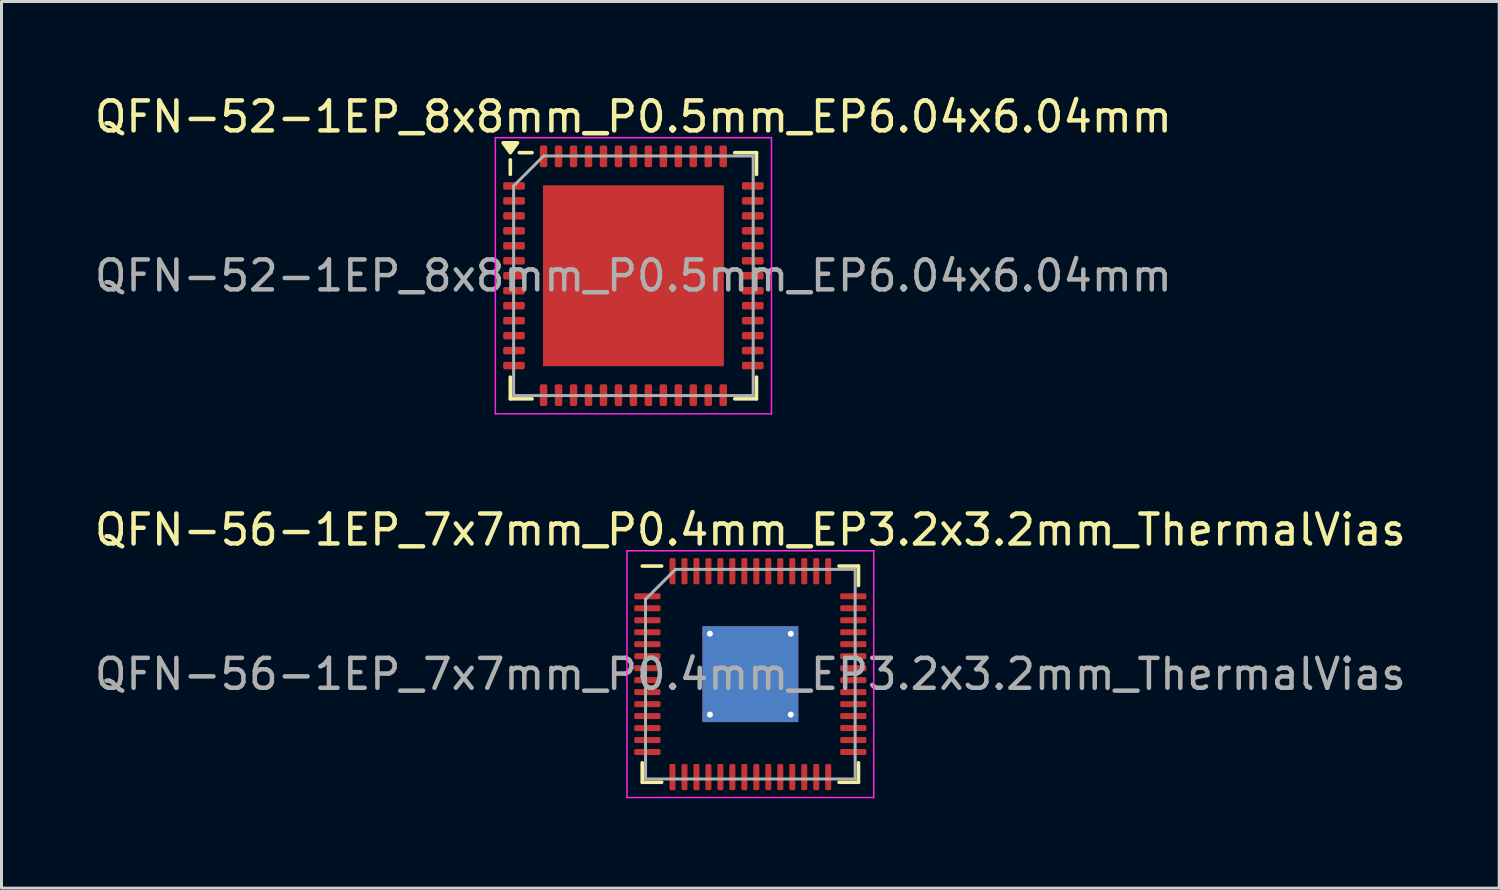
<source format=kicad_pcb>
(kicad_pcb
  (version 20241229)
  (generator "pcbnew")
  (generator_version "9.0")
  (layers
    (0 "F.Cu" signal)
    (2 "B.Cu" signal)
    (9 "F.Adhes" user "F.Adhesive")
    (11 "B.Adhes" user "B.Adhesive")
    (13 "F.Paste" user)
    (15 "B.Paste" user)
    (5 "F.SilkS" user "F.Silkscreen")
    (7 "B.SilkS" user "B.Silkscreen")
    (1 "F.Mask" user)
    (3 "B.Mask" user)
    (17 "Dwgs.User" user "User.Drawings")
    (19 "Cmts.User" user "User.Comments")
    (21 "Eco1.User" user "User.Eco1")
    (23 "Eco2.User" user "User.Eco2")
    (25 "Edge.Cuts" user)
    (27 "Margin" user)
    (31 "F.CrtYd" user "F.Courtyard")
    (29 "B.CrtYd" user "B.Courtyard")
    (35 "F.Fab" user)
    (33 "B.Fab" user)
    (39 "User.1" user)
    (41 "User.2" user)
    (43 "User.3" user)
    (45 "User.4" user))
  (footprint "QFN-56-1EP_7x7mm_P0.4mm_EP3.2x3.2mm_ThermalVias"
    (layer "F.Cu")
    (at 22.006 19.462)
    (property "Reference" "QFN-56-1EP_7x7mm_P0.4mm_EP3.2x3.2mm_ThermalVias" (at 0 -4.82 0) (layer "F.SilkS") (effects (font (size 1 1) (thickness 0.15))))
    (attr smd)
    (fp_line (start -3.61 3.61) (end -3.61 2.96) (stroke (width 0.12) (type solid)) (layer "F.SilkS"))
    (fp_line (start -2.96 -3.61) (end -3.61 -3.61) (stroke (width 0.12) (type solid)) (layer "F.SilkS"))
    (fp_line (start -2.96 3.61) (end -3.61 3.61) (stroke (width 0.12) (type solid)) (layer "F.SilkS"))
    (fp_line (start 2.96 -3.61) (end 3.61 -3.61) (stroke (width 0.12) (type solid)) (layer "F.SilkS"))
    (fp_line (start 2.96 3.61) (end 3.61 3.61) (stroke (width 0.12) (type solid)) (layer "F.SilkS"))
    (fp_line (start 3.61 -3.61) (end 3.61 -2.96) (stroke (width 0.12) (type solid)) (layer "F.SilkS"))
    (fp_line (start 3.61 3.61) (end 3.61 2.96) (stroke (width 0.12) (type solid)) (layer "F.SilkS"))
    (fp_line (start -4.12 -4.12) (end -4.12 4.12) (stroke (width 0.05) (type solid)) (layer "F.CrtYd"))
    (fp_line (start -4.12 4.12) (end 4.12 4.12) (stroke (width 0.05) (type solid)) (layer "F.CrtYd"))
    (fp_line (start 4.12 -4.12) (end -4.12 -4.12) (stroke (width 0.05) (type solid)) (layer "F.CrtYd"))
    (fp_line (start 4.12 4.12) (end 4.12 -4.12) (stroke (width 0.05) (type solid)) (layer "F.CrtYd"))
    (fp_line (start -3.5 -2.5) (end -2.5 -3.5) (stroke (width 0.1) (type solid)) (layer "F.Fab"))
    (fp_line (start -3.5 3.5) (end -3.5 -2.5) (stroke (width 0.1) (type solid)) (layer "F.Fab"))
    (fp_line (start -2.5 -3.5) (end 3.5 -3.5) (stroke (width 0.1) (type solid)) (layer "F.Fab"))
    (fp_line (start 3.5 -3.5) (end 3.5 3.5) (stroke (width 0.1) (type solid)) (layer "F.Fab"))
    (fp_line (start 3.5 3.5) (end -3.5 3.5) (stroke (width 0.1) (type solid)) (layer "F.Fab"))
    (fp_text user "${REFERENCE}" (at 0 0 0) (layer "F.Fab") (effects (font (size 1 1) (thickness 0.15))))
    (pad "" smd custom (at -0.675 -0.675) (size 1.118 1.118) (layers "F.Paste") (options (anchor circle)) (primitives (gr_poly (pts (xy -0.498 -0.397) (xy -0.397 -0.498) (xy 0.498 -0.498) (xy 0.498 0.498) (xy -0.498 0.498)) (width 0.244) (fill yes))))
    (pad "" smd custom (at -0.675 0.675) (size 1.118 1.118) (layers "F.Paste") (options (anchor circle)) (primitives (gr_poly (pts (xy -0.498 -0.498) (xy 0.498 -0.498) (xy 0.498 0.498) (xy -0.397 0.498) (xy -0.498 0.397)) (width 0.244) (fill yes))))
    (pad "" smd custom (at 0.675 -0.675) (size 1.118 1.118) (layers "F.Paste") (options (anchor circle)) (primitives (gr_poly (pts (xy -0.498 -0.498) (xy 0.397 -0.498) (xy 0.498 -0.397) (xy 0.498 0.498) (xy -0.498 0.498)) (width 0.244) (fill yes))))
    (pad "" smd custom (at 0.675 0.675) (size 1.118 1.118) (layers "F.Paste") (options (anchor circle)) (primitives (gr_poly (pts (xy -0.498 -0.498) (xy 0.498 -0.498) (xy 0.498 0.397) (xy 0.397 0.498) (xy -0.498 0.498)) (width 0.244) (fill yes))))
    (pad "1" smd roundrect (at -3.438 -2.6) (size 0.875 0.2) (layers "F.Cu" "F.Mask" "F.Paste") (roundrect_rratio 0.25))
    (pad "2" smd roundrect (at -3.438 -2.2) (size 0.875 0.2) (layers "F.Cu" "F.Mask" "F.Paste") (roundrect_rratio 0.25))
    (pad "3" smd roundrect (at -3.438 -1.8) (size 0.875 0.2) (layers "F.Cu" "F.Mask" "F.Paste") (roundrect_rratio 0.25))
    (pad "4" smd roundrect (at -3.438 -1.4) (size 0.875 0.2) (layers "F.Cu" "F.Mask" "F.Paste") (roundrect_rratio 0.25))
    (pad "5" smd roundrect (at -3.438 -1) (size 0.875 0.2) (layers "F.Cu" "F.Mask" "F.Paste") (roundrect_rratio 0.25))
    (pad "6" smd roundrect (at -3.438 -0.6) (size 0.875 0.2) (layers "F.Cu" "F.Mask" "F.Paste") (roundrect_rratio 0.25))
    (pad "7" smd roundrect (at -3.438 -0.2) (size 0.875 0.2) (layers "F.Cu" "F.Mask" "F.Paste") (roundrect_rratio 0.25))
    (pad "8" smd roundrect (at -3.438 0.2) (size 0.875 0.2) (layers "F.Cu" "F.Mask" "F.Paste") (roundrect_rratio 0.25))
    (pad "9" smd roundrect (at -3.438 0.6) (size 0.875 0.2) (layers "F.Cu" "F.Mask" "F.Paste") (roundrect_rratio 0.25))
    (pad "10" smd roundrect (at -3.438 1) (size 0.875 0.2) (layers "F.Cu" "F.Mask" "F.Paste") (roundrect_rratio 0.25))
    (pad "11" smd roundrect (at -3.438 1.4) (size 0.875 0.2) (layers "F.Cu" "F.Mask" "F.Paste") (roundrect_rratio 0.25))
    (pad "12" smd roundrect (at -3.438 1.8) (size 0.875 0.2) (layers "F.Cu" "F.Mask" "F.Paste") (roundrect_rratio 0.25))
    (pad "13" smd roundrect (at -3.438 2.2) (size 0.875 0.2) (layers "F.Cu" "F.Mask" "F.Paste") (roundrect_rratio 0.25))
    (pad "14" smd roundrect (at -3.438 2.6) (size 0.875 0.2) (layers "F.Cu" "F.Mask" "F.Paste") (roundrect_rratio 0.25))
    (pad "15" smd roundrect (at -2.6 3.438) (size 0.2 0.875) (layers "F.Cu" "F.Mask" "F.Paste") (roundrect_rratio 0.25))
    (pad "16" smd roundrect (at -2.2 3.438) (size 0.2 0.875) (layers "F.Cu" "F.Mask" "F.Paste") (roundrect_rratio 0.25))
    (pad "17" smd roundrect (at -1.8 3.438) (size 0.2 0.875) (layers "F.Cu" "F.Mask" "F.Paste") (roundrect_rratio 0.25))
    (pad "18" smd roundrect (at -1.4 3.438) (size 0.2 0.875) (layers "F.Cu" "F.Mask" "F.Paste") (roundrect_rratio 0.25))
    (pad "19" smd roundrect (at -1 3.438) (size 0.2 0.875) (layers "F.Cu" "F.Mask" "F.Paste") (roundrect_rratio 0.25))
    (pad "20" smd roundrect (at -0.6 3.438) (size 0.2 0.875) (layers "F.Cu" "F.Mask" "F.Paste") (roundrect_rratio 0.25))
    (pad "21" smd roundrect (at -0.2 3.438) (size 0.2 0.875) (layers "F.Cu" "F.Mask" "F.Paste") (roundrect_rratio 0.25))
    (pad "22" smd roundrect (at 0.2 3.438) (size 0.2 0.875) (layers "F.Cu" "F.Mask" "F.Paste") (roundrect_rratio 0.25))
    (pad "23" smd roundrect (at 0.6 3.438) (size 0.2 0.875) (layers "F.Cu" "F.Mask" "F.Paste") (roundrect_rratio 0.25))
    (pad "24" smd roundrect (at 1 3.438) (size 0.2 0.875) (layers "F.Cu" "F.Mask" "F.Paste") (roundrect_rratio 0.25))
    (pad "25" smd roundrect (at 1.4 3.438) (size 0.2 0.875) (layers "F.Cu" "F.Mask" "F.Paste") (roundrect_rratio 0.25))
    (pad "26" smd roundrect (at 1.8 3.438) (size 0.2 0.875) (layers "F.Cu" "F.Mask" "F.Paste") (roundrect_rratio 0.25))
    (pad "27" smd roundrect (at 2.2 3.438) (size 0.2 0.875) (layers "F.Cu" "F.Mask" "F.Paste") (roundrect_rratio 0.25))
    (pad "28" smd roundrect (at 2.6 3.438) (size 0.2 0.875) (layers "F.Cu" "F.Mask" "F.Paste") (roundrect_rratio 0.25))
    (pad "29" smd roundrect (at 3.438 2.6) (size 0.875 0.2) (layers "F.Cu" "F.Mask" "F.Paste") (roundrect_rratio 0.25))
    (pad "30" smd roundrect (at 3.438 2.2) (size 0.875 0.2) (layers "F.Cu" "F.Mask" "F.Paste") (roundrect_rratio 0.25))
    (pad "31" smd roundrect (at 3.438 1.8) (size 0.875 0.2) (layers "F.Cu" "F.Mask" "F.Paste") (roundrect_rratio 0.25))
    (pad "32" smd roundrect (at 3.438 1.4) (size 0.875 0.2) (layers "F.Cu" "F.Mask" "F.Paste") (roundrect_rratio 0.25))
    (pad "33" smd roundrect (at 3.438 1) (size 0.875 0.2) (layers "F.Cu" "F.Mask" "F.Paste") (roundrect_rratio 0.25))
    (pad "34" smd roundrect (at 3.438 0.6) (size 0.875 0.2) (layers "F.Cu" "F.Mask" "F.Paste") (roundrect_rratio 0.25))
    (pad "35" smd roundrect (at 3.438 0.2) (size 0.875 0.2) (layers "F.Cu" "F.Mask" "F.Paste") (roundrect_rratio 0.25))
    (pad "36" smd roundrect (at 3.438 -0.2) (size 0.875 0.2) (layers "F.Cu" "F.Mask" "F.Paste") (roundrect_rratio 0.25))
    (pad "37" smd roundrect (at 3.438 -0.6) (size 0.875 0.2) (layers "F.Cu" "F.Mask" "F.Paste") (roundrect_rratio 0.25))
    (pad "38" smd roundrect (at 3.438 -1) (size 0.875 0.2) (layers "F.Cu" "F.Mask" "F.Paste") (roundrect_rratio 0.25))
    (pad "39" smd roundrect (at 3.438 -1.4) (size 0.875 0.2) (layers "F.Cu" "F.Mask" "F.Paste") (roundrect_rratio 0.25))
    (pad "40" smd roundrect (at 3.438 -1.8) (size 0.875 0.2) (layers "F.Cu" "F.Mask" "F.Paste") (roundrect_rratio 0.25))
    (pad "41" smd roundrect (at 3.438 -2.2) (size 0.875 0.2) (layers "F.Cu" "F.Mask" "F.Paste") (roundrect_rratio 0.25))
    (pad "42" smd roundrect (at 3.438 -2.6) (size 0.875 0.2) (layers "F.Cu" "F.Mask" "F.Paste") (roundrect_rratio 0.25))
    (pad "43" smd roundrect (at 2.6 -3.438) (size 0.2 0.875) (layers "F.Cu" "F.Mask" "F.Paste") (roundrect_rratio 0.25))
    (pad "44" smd roundrect (at 2.2 -3.438) (size 0.2 0.875) (layers "F.Cu" "F.Mask" "F.Paste") (roundrect_rratio 0.25))
    (pad "45" smd roundrect (at 1.8 -3.438) (size 0.2 0.875) (layers "F.Cu" "F.Mask" "F.Paste") (roundrect_rratio 0.25))
    (pad "46" smd roundrect (at 1.4 -3.438) (size 0.2 0.875) (layers "F.Cu" "F.Mask" "F.Paste") (roundrect_rratio 0.25))
    (pad "47" smd roundrect (at 1 -3.438) (size 0.2 0.875) (layers "F.Cu" "F.Mask" "F.Paste") (roundrect_rratio 0.25))
    (pad "48" smd roundrect (at 0.6 -3.438) (size 0.2 0.875) (layers "F.Cu" "F.Mask" "F.Paste") (roundrect_rratio 0.25))
    (pad "49" smd roundrect (at 0.2 -3.438) (size 0.2 0.875) (layers "F.Cu" "F.Mask" "F.Paste") (roundrect_rratio 0.25))
    (pad "50" smd roundrect (at -0.2 -3.438) (size 0.2 0.875) (layers "F.Cu" "F.Mask" "F.Paste") (roundrect_rratio 0.25))
    (pad "51" smd roundrect (at -0.6 -3.438) (size 0.2 0.875) (layers "F.Cu" "F.Mask" "F.Paste") (roundrect_rratio 0.25))
    (pad "52" smd roundrect (at -1 -3.438) (size 0.2 0.875) (layers "F.Cu" "F.Mask" "F.Paste") (roundrect_rratio 0.25))
    (pad "53" smd roundrect (at -1.4 -3.438) (size 0.2 0.875) (layers "F.Cu" "F.Mask" "F.Paste") (roundrect_rratio 0.25))
    (pad "54" smd roundrect (at -1.8 -3.438) (size 0.2 0.875) (layers "F.Cu" "F.Mask" "F.Paste") (roundrect_rratio 0.25))
    (pad "55" smd roundrect (at -2.2 -3.438) (size 0.2 0.875) (layers "F.Cu" "F.Mask" "F.Paste") (roundrect_rratio 0.25))
    (pad "56" smd roundrect (at -2.6 -3.438) (size 0.2 0.875) (layers "F.Cu" "F.Mask" "F.Paste") (roundrect_rratio 0.25))
    (pad "57" thru_hole circle (at -1.35 -1.35) (size 0.5 0.5) (drill 0.2) (layers "*.Cu"))
    (pad "57" thru_hole circle (at -1.35 1.35) (size 0.5 0.5) (drill 0.2) (layers "*.Cu"))
    (pad "57" smd rect (at 0 0) (size 3.2 3.2) (layers "F.Cu" "F.Mask"))
    (pad "57" smd rect (at 0 0) (size 3.2 3.2) (layers "B.Cu"))
    (pad "57" thru_hole circle (at 1.35 -1.35) (size 0.5 0.5) (drill 0.2) (layers "*.Cu"))
    (pad "57" thru_hole circle (at 1.35 1.35) (size 0.5 0.5) (drill 0.2) (layers "*.Cu")))
  (footprint "QFN-52-1EP_8x8mm_P0.5mm_EP6.04x6.04mm"
    (layer "F.Cu")
    (at 18.101 6.158)
    (property "Reference" "QFN-52-1EP_8x8mm_P0.5mm_EP6.04x6.04mm" (at 0 -5.31 0) (layer "F.SilkS") (effects (font (size 1 1) (thickness 0.15))))
    (attr smd)
    (fp_line (start -4.11 -3.385) (end -4.11 -3.87) (stroke (width 0.12) (type solid)) (layer "F.SilkS"))
    (fp_line (start -4.11 4.11) (end -4.11 3.385) (stroke (width 0.12) (type solid)) (layer "F.SilkS"))
    (fp_line (start -3.385 -4.11) (end -3.81 -4.11) (stroke (width 0.12) (type solid)) (layer "F.SilkS"))
    (fp_line (start -3.385 4.11) (end -4.11 4.11) (stroke (width 0.12) (type solid)) (layer "F.SilkS"))
    (fp_line (start 3.385 -4.11) (end 4.11 -4.11) (stroke (width 0.12) (type solid)) (layer "F.SilkS"))
    (fp_line (start 3.385 4.11) (end 4.11 4.11) (stroke (width 0.12) (type solid)) (layer "F.SilkS"))
    (fp_line (start 4.11 -4.11) (end 4.11 -3.385) (stroke (width 0.12) (type solid)) (layer "F.SilkS"))
    (fp_line (start 4.11 4.11) (end 4.11 3.385) (stroke (width 0.12) (type solid)) (layer "F.SilkS"))
    (fp_poly (pts (xy -4.11 -4.11) (xy -4.35 -4.44) (xy -3.87 -4.44) (xy -4.11 -4.11)) (stroke (width 0.12) (type solid)) (fill yes) (layer "F.SilkS"))
    (fp_line (start -4.61 -4.61) (end -4.61 4.61) (stroke (width 0.05) (type solid)) (layer "F.CrtYd"))
    (fp_line (start -4.61 4.61) (end 4.61 4.61) (stroke (width 0.05) (type solid)) (layer "F.CrtYd"))
    (fp_line (start 4.61 -4.61) (end -4.61 -4.61) (stroke (width 0.05) (type solid)) (layer "F.CrtYd"))
    (fp_line (start 4.61 4.61) (end 4.61 -4.61) (stroke (width 0.05) (type solid)) (layer "F.CrtYd"))
    (fp_line (start -4 -3) (end -3 -4) (stroke (width 0.1) (type solid)) (layer "F.Fab"))
    (fp_line (start -4 4) (end -4 -3) (stroke (width 0.1) (type solid)) (layer "F.Fab"))
    (fp_line (start -3 -4) (end 4 -4) (stroke (width 0.1) (type solid)) (layer "F.Fab"))
    (fp_line (start 4 -4) (end 4 4) (stroke (width 0.1) (type solid)) (layer "F.Fab"))
    (fp_line (start 4 4) (end -4 4) (stroke (width 0.1) (type solid)) (layer "F.Fab"))
    (fp_text user "${REFERENCE}" (at 0 0 0) (layer "F.Fab") (effects (font (size 1 1) (thickness 0.15))))
    (pad "" smd roundrect (at -1.51 -1.51) (size 2.43 2.43) (layers "F.Paste") (roundrect_rratio 0.103))
    (pad "" smd roundrect (at -1.51 1.51) (size 2.43 2.43) (layers "F.Paste") (roundrect_rratio 0.103))
    (pad "" smd roundrect (at 1.51 -1.51) (size 2.43 2.43) (layers "F.Paste") (roundrect_rratio 0.103))
    (pad "" smd roundrect (at 1.51 1.51) (size 2.43 2.43) (layers "F.Paste") (roundrect_rratio 0.103))
    (pad "1" smd roundrect (at -3.987 -3) (size 0.725 0.25) (layers "F.Cu" "F.Mask" "F.Paste") (roundrect_rratio 0.25))
    (pad "2" smd roundrect (at -3.987 -2.5) (size 0.725 0.25) (layers "F.Cu" "F.Mask" "F.Paste") (roundrect_rratio 0.25))
    (pad "3" smd roundrect (at -3.987 -2) (size 0.725 0.25) (layers "F.Cu" "F.Mask" "F.Paste") (roundrect_rratio 0.25))
    (pad "4" smd roundrect (at -3.987 -1.5) (size 0.725 0.25) (layers "F.Cu" "F.Mask" "F.Paste") (roundrect_rratio 0.25))
    (pad "5" smd roundrect (at -3.987 -1) (size 0.725 0.25) (layers "F.Cu" "F.Mask" "F.Paste") (roundrect_rratio 0.25))
    (pad "6" smd roundrect (at -3.987 -0.5) (size 0.725 0.25) (layers "F.Cu" "F.Mask" "F.Paste") (roundrect_rratio 0.25))
    (pad "7" smd roundrect (at -3.987 0) (size 0.725 0.25) (layers "F.Cu" "F.Mask" "F.Paste") (roundrect_rratio 0.25))
    (pad "8" smd roundrect (at -3.987 0.5) (size 0.725 0.25) (layers "F.Cu" "F.Mask" "F.Paste") (roundrect_rratio 0.25))
    (pad "9" smd roundrect (at -3.987 1) (size 0.725 0.25) (layers "F.Cu" "F.Mask" "F.Paste") (roundrect_rratio 0.25))
    (pad "10" smd roundrect (at -3.987 1.5) (size 0.725 0.25) (layers "F.Cu" "F.Mask" "F.Paste") (roundrect_rratio 0.25))
    (pad "11" smd roundrect (at -3.987 2) (size 0.725 0.25) (layers "F.Cu" "F.Mask" "F.Paste") (roundrect_rratio 0.25))
    (pad "12" smd roundrect (at -3.987 2.5) (size 0.725 0.25) (layers "F.Cu" "F.Mask" "F.Paste") (roundrect_rratio 0.25))
    (pad "13" smd roundrect (at -3.987 3) (size 0.725 0.25) (layers "F.Cu" "F.Mask" "F.Paste") (roundrect_rratio 0.25))
    (pad "14" smd roundrect (at -3 3.987) (size 0.25 0.725) (layers "F.Cu" "F.Mask" "F.Paste") (roundrect_rratio 0.25))
    (pad "15" smd roundrect (at -2.5 3.987) (size 0.25 0.725) (layers "F.Cu" "F.Mask" "F.Paste") (roundrect_rratio 0.25))
    (pad "16" smd roundrect (at -2 3.987) (size 0.25 0.725) (layers "F.Cu" "F.Mask" "F.Paste") (roundrect_rratio 0.25))
    (pad "17" smd roundrect (at -1.5 3.987) (size 0.25 0.725) (layers "F.Cu" "F.Mask" "F.Paste") (roundrect_rratio 0.25))
    (pad "18" smd roundrect (at -1 3.987) (size 0.25 0.725) (layers "F.Cu" "F.Mask" "F.Paste") (roundrect_rratio 0.25))
    (pad "19" smd roundrect (at -0.5 3.987) (size 0.25 0.725) (layers "F.Cu" "F.Mask" "F.Paste") (roundrect_rratio 0.25))
    (pad "20" smd roundrect (at 0 3.987) (size 0.25 0.725) (layers "F.Cu" "F.Mask" "F.Paste") (roundrect_rratio 0.25))
    (pad "21" smd roundrect (at 0.5 3.987) (size 0.25 0.725) (layers "F.Cu" "F.Mask" "F.Paste") (roundrect_rratio 0.25))
    (pad "22" smd roundrect (at 1 3.987) (size 0.25 0.725) (layers "F.Cu" "F.Mask" "F.Paste") (roundrect_rratio 0.25))
    (pad "23" smd roundrect (at 1.5 3.987) (size 0.25 0.725) (layers "F.Cu" "F.Mask" "F.Paste") (roundrect_rratio 0.25))
    (pad "24" smd roundrect (at 2 3.987) (size 0.25 0.725) (layers "F.Cu" "F.Mask" "F.Paste") (roundrect_rratio 0.25))
    (pad "25" smd roundrect (at 2.5 3.987) (size 0.25 0.725) (layers "F.Cu" "F.Mask" "F.Paste") (roundrect_rratio 0.25))
    (pad "26" smd roundrect (at 3 3.987) (size 0.25 0.725) (layers "F.Cu" "F.Mask" "F.Paste") (roundrect_rratio 0.25))
    (pad "27" smd roundrect (at 3.987 3) (size 0.725 0.25) (layers "F.Cu" "F.Mask" "F.Paste") (roundrect_rratio 0.25))
    (pad "28" smd roundrect (at 3.987 2.5) (size 0.725 0.25) (layers "F.Cu" "F.Mask" "F.Paste") (roundrect_rratio 0.25))
    (pad "29" smd roundrect (at 3.987 2) (size 0.725 0.25) (layers "F.Cu" "F.Mask" "F.Paste") (roundrect_rratio 0.25))
    (pad "30" smd roundrect (at 3.987 1.5) (size 0.725 0.25) (layers "F.Cu" "F.Mask" "F.Paste") (roundrect_rratio 0.25))
    (pad "31" smd roundrect (at 3.987 1) (size 0.725 0.25) (layers "F.Cu" "F.Mask" "F.Paste") (roundrect_rratio 0.25))
    (pad "32" smd roundrect (at 3.987 0.5) (size 0.725 0.25) (layers "F.Cu" "F.Mask" "F.Paste") (roundrect_rratio 0.25))
    (pad "33" smd roundrect (at 3.987 0) (size 0.725 0.25) (layers "F.Cu" "F.Mask" "F.Paste") (roundrect_rratio 0.25))
    (pad "34" smd roundrect (at 3.987 -0.5) (size 0.725 0.25) (layers "F.Cu" "F.Mask" "F.Paste") (roundrect_rratio 0.25))
    (pad "35" smd roundrect (at 3.987 -1) (size 0.725 0.25) (layers "F.Cu" "F.Mask" "F.Paste") (roundrect_rratio 0.25))
    (pad "36" smd roundrect (at 3.987 -1.5) (size 0.725 0.25) (layers "F.Cu" "F.Mask" "F.Paste") (roundrect_rratio 0.25))
    (pad "37" smd roundrect (at 3.987 -2) (size 0.725 0.25) (layers "F.Cu" "F.Mask" "F.Paste") (roundrect_rratio 0.25))
    (pad "38" smd roundrect (at 3.987 -2.5) (size 0.725 0.25) (layers "F.Cu" "F.Mask" "F.Paste") (roundrect_rratio 0.25))
    (pad "39" smd roundrect (at 3.987 -3) (size 0.725 0.25) (layers "F.Cu" "F.Mask" "F.Paste") (roundrect_rratio 0.25))
    (pad "40" smd roundrect (at 3 -3.987) (size 0.25 0.725) (layers "F.Cu" "F.Mask" "F.Paste") (roundrect_rratio 0.25))
    (pad "41" smd roundrect (at 2.5 -3.987) (size 0.25 0.725) (layers "F.Cu" "F.Mask" "F.Paste") (roundrect_rratio 0.25))
    (pad "42" smd roundrect (at 2 -3.987) (size 0.25 0.725) (layers "F.Cu" "F.Mask" "F.Paste") (roundrect_rratio 0.25))
    (pad "43" smd roundrect (at 1.5 -3.987) (size 0.25 0.725) (layers "F.Cu" "F.Mask" "F.Paste") (roundrect_rratio 0.25))
    (pad "44" smd roundrect (at 1 -3.987) (size 0.25 0.725) (layers "F.Cu" "F.Mask" "F.Paste") (roundrect_rratio 0.25))
    (pad "45" smd roundrect (at 0.5 -3.987) (size 0.25 0.725) (layers "F.Cu" "F.Mask" "F.Paste") (roundrect_rratio 0.25))
    (pad "46" smd roundrect (at 0 -3.987) (size 0.25 0.725) (layers "F.Cu" "F.Mask" "F.Paste") (roundrect_rratio 0.25))
    (pad "47" smd roundrect (at -0.5 -3.987) (size 0.25 0.725) (layers "F.Cu" "F.Mask" "F.Paste") (roundrect_rratio 0.25))
    (pad "48" smd roundrect (at -1 -3.987) (size 0.25 0.725) (layers "F.Cu" "F.Mask" "F.Paste") (roundrect_rratio 0.25))
    (pad "49" smd roundrect (at -1.5 -3.987) (size 0.25 0.725) (layers "F.Cu" "F.Mask" "F.Paste") (roundrect_rratio 0.25))
    (pad "50" smd roundrect (at -2 -3.987) (size 0.25 0.725) (layers "F.Cu" "F.Mask" "F.Paste") (roundrect_rratio 0.25))
    (pad "51" smd roundrect (at -2.5 -3.987) (size 0.25 0.725) (layers "F.Cu" "F.Mask" "F.Paste") (roundrect_rratio 0.25))
    (pad "52" smd roundrect (at -3 -3.987) (size 0.25 0.725) (layers "F.Cu" "F.Mask" "F.Paste") (roundrect_rratio 0.25))
    (pad "53" smd rect (at 0 0) (size 6.04 6.04) (property pad_prop_heatsink) (layers "F.Cu" "F.Mask")))
  (gr_rect
    (start -3 -3)
    (end 47.012 26.607)
    (stroke (width 0.1) (type default))
    (fill no)
    (layer "Edge.Cuts")))
</source>
